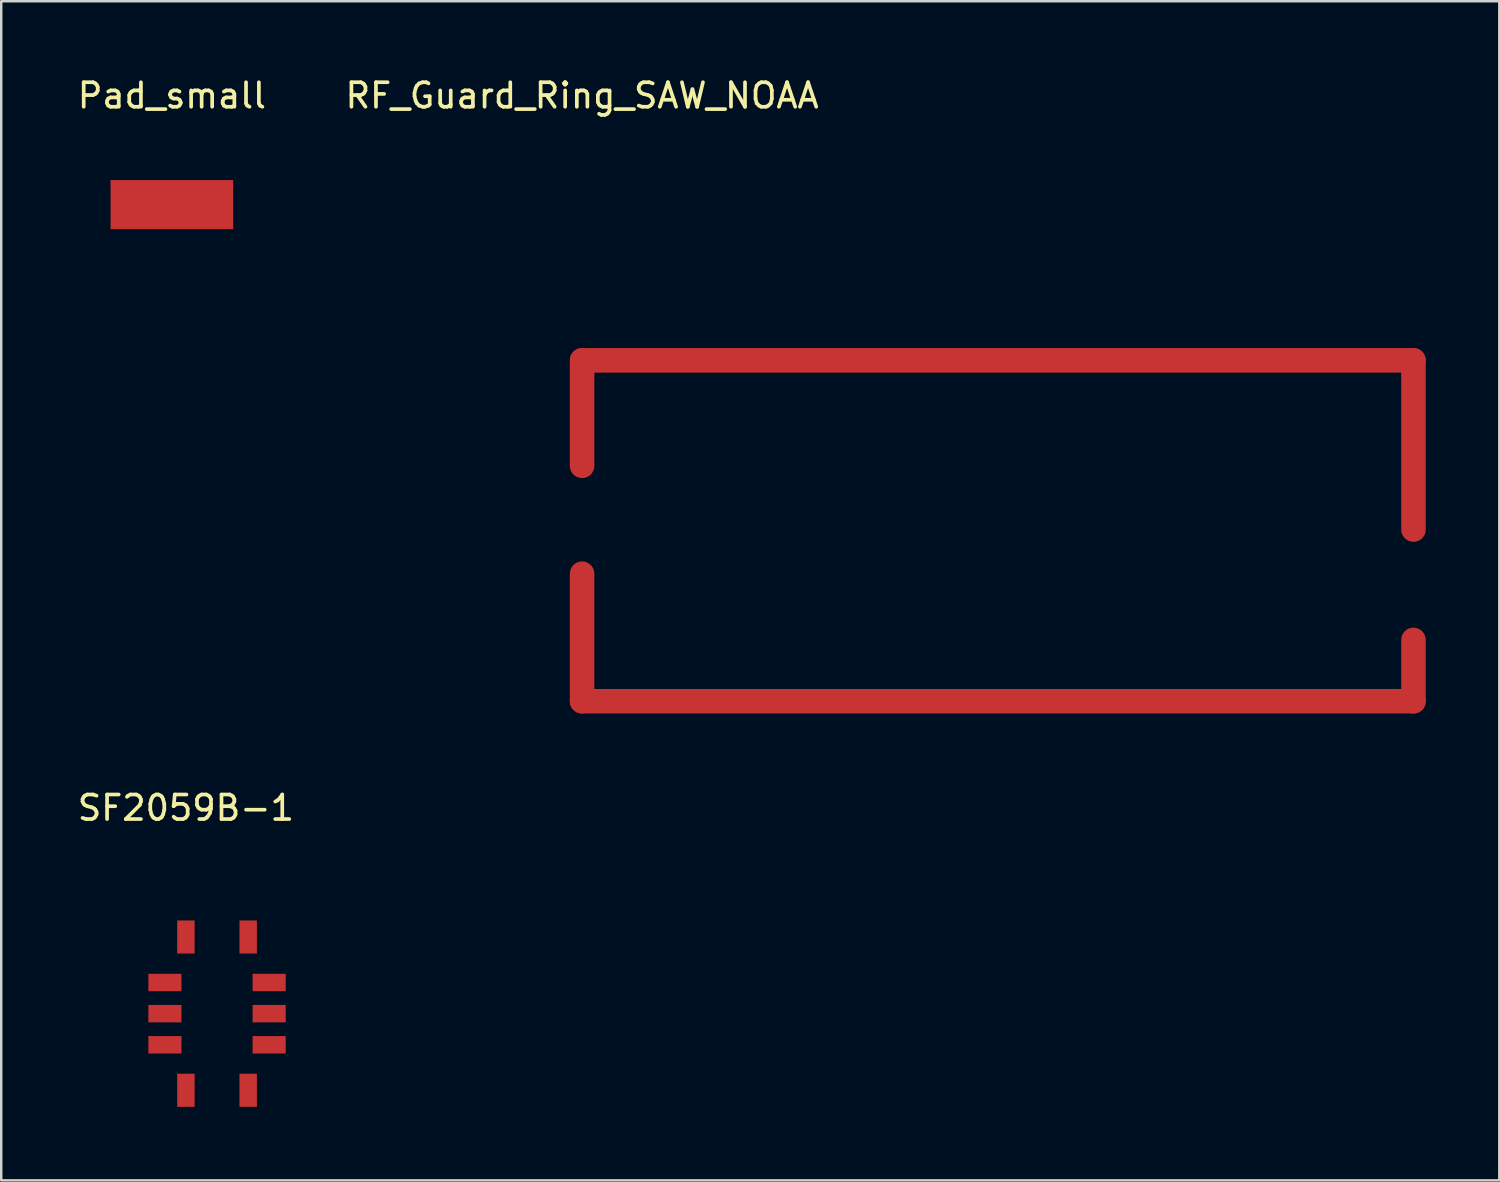
<source format=kicad_pcb>
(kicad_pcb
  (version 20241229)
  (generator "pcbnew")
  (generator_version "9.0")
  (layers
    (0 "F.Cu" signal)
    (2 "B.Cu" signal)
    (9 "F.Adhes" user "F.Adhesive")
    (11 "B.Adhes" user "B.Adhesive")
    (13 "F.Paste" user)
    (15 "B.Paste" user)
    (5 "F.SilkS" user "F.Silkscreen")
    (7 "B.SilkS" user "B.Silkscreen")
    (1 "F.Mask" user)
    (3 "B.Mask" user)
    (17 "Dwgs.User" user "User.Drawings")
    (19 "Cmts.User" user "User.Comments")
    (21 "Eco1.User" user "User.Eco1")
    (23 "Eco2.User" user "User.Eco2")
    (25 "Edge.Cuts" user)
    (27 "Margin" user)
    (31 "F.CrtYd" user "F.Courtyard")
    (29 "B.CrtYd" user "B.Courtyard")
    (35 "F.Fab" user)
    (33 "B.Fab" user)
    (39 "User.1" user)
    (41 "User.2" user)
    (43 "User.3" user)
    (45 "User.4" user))
  (footprint "RF_Guard_Ring_SAW_NOAA"
    (layer "F.Cu")
    (at 20.685 11.643)
    (property "Reference" "RF_Guard_Ring_SAW_NOAA" (at 0 -10.795 0) (layer "F.SilkS") (effects (font (size 1 1) (thickness 0.15))))
    (attr through_hole)
    (fp_line (start 0 0) (end 0 4.3) (stroke (width 1) (type solid)) (layer "F.Cu"))
    (fp_line (start 0 0) (end 33.9 0) (stroke (width 1) (type solid)) (layer "F.Cu"))
    (fp_line (start 0 8.7) (end 0 13.9) (stroke (width 1) (type solid)) (layer "F.Cu"))
    (fp_line (start 0 13.9) (end 33.9 13.9) (stroke (width 1) (type solid)) (layer "F.Cu"))
    (fp_line (start 33.9 0) (end 33.9 6.9) (stroke (width 1) (type solid)) (layer "F.Cu"))
    (fp_line (start 33.9 11.4) (end 33.9 13.9) (stroke (width 1) (type solid)) (layer "F.Cu"))
    (fp_line (start 0 0) (end 0 4.3) (stroke (width 1) (type solid)) (layer "F.Mask"))
    (fp_line (start 0 0) (end 33.9 0) (stroke (width 1) (type solid)) (layer "F.Mask"))
    (fp_line (start 0 8.7) (end 0 13.9) (stroke (width 1) (type solid)) (layer "F.Mask"))
    (fp_line (start 0 13.9) (end 33.9 13.9) (stroke (width 1) (type solid)) (layer "F.Mask"))
    (fp_line (start 33.9 0) (end 33.9 6.9) (stroke (width 1) (type solid)) (layer "F.Mask"))
    (fp_line (start 33.9 11.4) (end 33.9 13.9) (stroke (width 1) (type solid)) (layer "F.Mask")))
  (footprint "SF2059B-1"
    (layer "F.Cu")
    (at 5.8 38.282)
    (property "Reference" "SF2059B-1" (at -1.27 -8.39 0) (layer "F.SilkS") (effects (font (size 1 1) (thickness 0.15))))
    (attr through_hole)
    (pad "1" smd rect (at -1.27 -3.125 90) (size 1.35 0.71) (layers "F.Cu" "F.Mask" "F.Paste"))
    (pad "2" smd rect (at -2.125 -1.27) (size 1.35 0.71) (layers "F.Cu" "F.Mask" "F.Paste"))
    (pad "3" smd rect (at -2.125 0) (size 1.35 0.71) (layers "F.Cu" "F.Mask" "F.Paste"))
    (pad "4" smd rect (at -2.125 1.27) (size 1.35 0.71) (layers "F.Cu" "F.Mask" "F.Paste"))
    (pad "5" smd rect (at -1.27 3.125 90) (size 1.35 0.71) (layers "F.Cu" "F.Mask" "F.Paste"))
    (pad "6" smd rect (at 1.27 3.125 90) (size 1.35 0.71) (layers "F.Cu" "F.Mask" "F.Paste"))
    (pad "7" smd rect (at 2.125 1.27) (size 1.35 0.71) (layers "F.Cu" "F.Mask" "F.Paste"))
    (pad "8" smd rect (at 2.125 0) (size 1.35 0.71) (layers "F.Cu" "F.Mask" "F.Paste"))
    (pad "9" smd rect (at 2.125 -1.27) (size 1.35 0.71) (layers "F.Cu" "F.Mask" "F.Paste"))
    (pad "10" smd rect (at 1.27 -3.125 90) (size 1.35 0.71) (layers "F.Cu" "F.Mask" "F.Paste")))
  (footprint "Pad_small"
    (layer "F.Cu")
    (at 3.958 5.293)
    (property "Reference" "Pad_small" (at 0 -4.445 0) (layer "F.SilkS") (effects (font (size 1 1) (thickness 0.15))))
    (attr through_hole)
    (pad "1" smd rect (at 0 0) (size 5 2) (layers "F.Cu" "F.Mask" "F.Paste")))
  (gr_rect
    (start -3 -3)
    (end 58.085 45.081)
    (stroke (width 0.1) (type default))
    (fill no)
    (layer "Edge.Cuts")))
</source>
